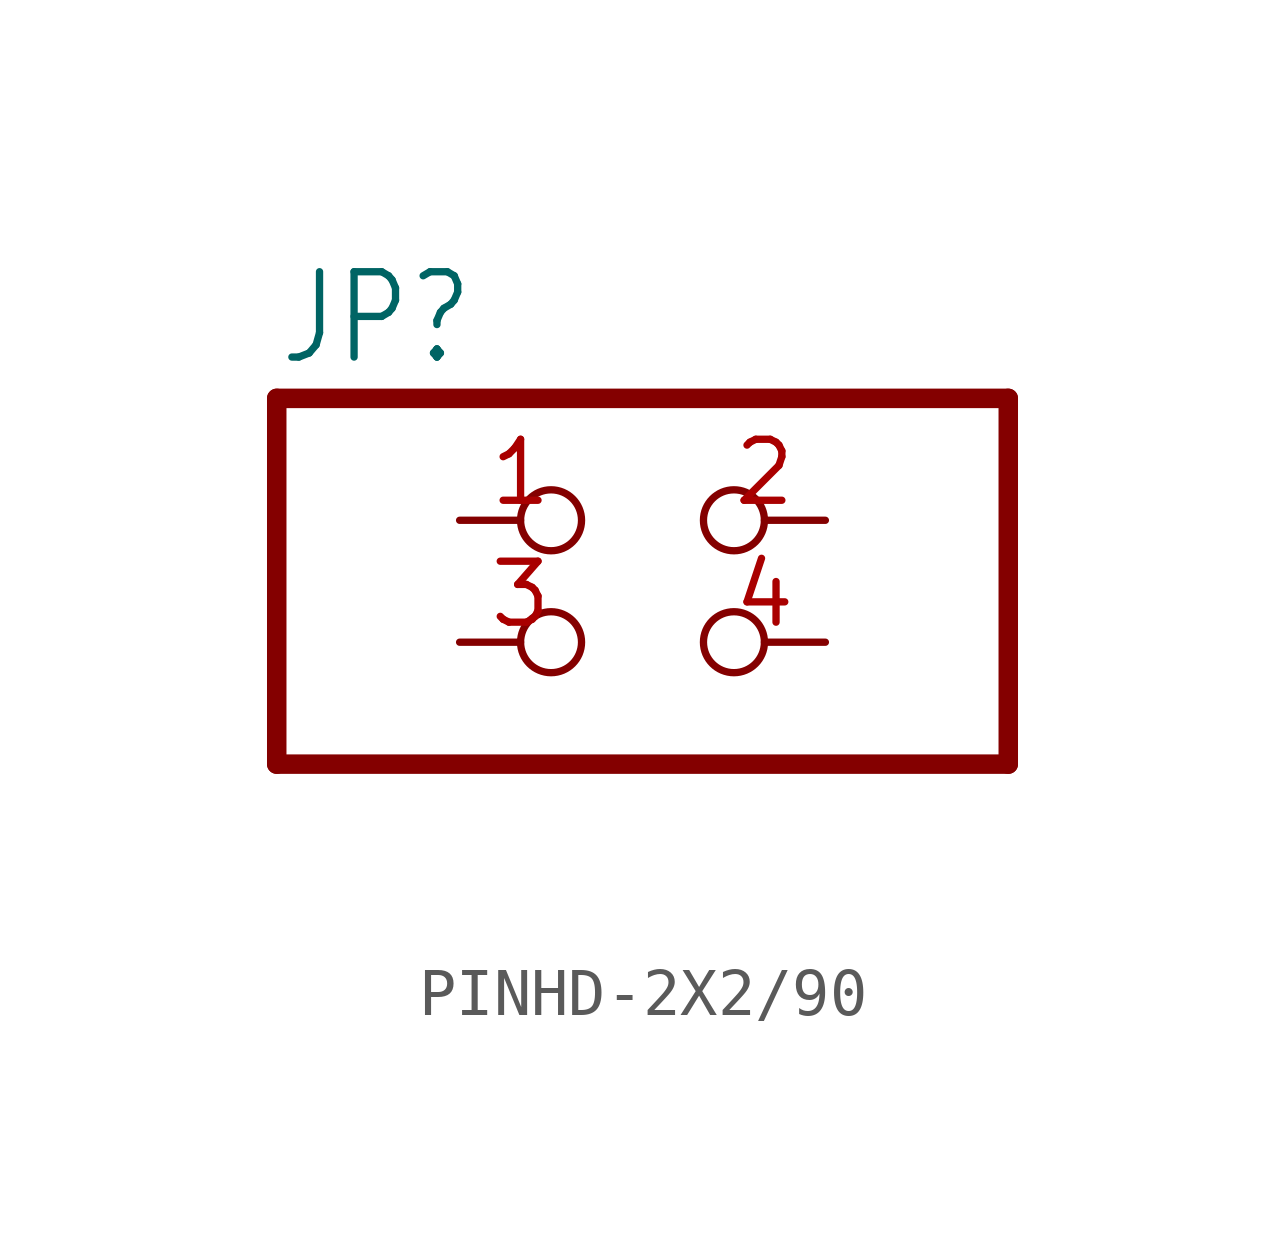
<source format=kicad_sym>
(kicad_symbol_lib
  (version 20231120)
  (generator "kicad_symbol_editor")
  (generator_version "8.0")
  (symbol "PINHD-2X2/90"
    (property "Reference" "JP"
      (at -8.89 5.715 0)
      (effects (font (size 1.778 1.511)) (justify left bottom)))
    (property "Value" ""
      (at -8.89 -5.08 0)
      (effects (font (size 1.778 1.511)) (justify left bottom)))
    (property "ki_locked" ""
      (at 0 0 0)
      (effects (font (size 1.27 1.27))))
    (symbol "PINHD-2X2/90_1_0"
      (polyline (pts (xy -8.89 -2.54) (xy 6.35 -2.54)) (stroke (width 0.406) (type solid)) (fill (type none)))
      (polyline (pts (xy -8.89 5.08) (xy -8.89 -2.54)) (stroke (width 0.406) (type solid)) (fill (type none)))
      (polyline (pts (xy 6.35 -2.54) (xy 6.35 5.08)) (stroke (width 0.406) (type solid)) (fill (type none)))
      (polyline (pts (xy 6.35 5.08) (xy -8.89 5.08)) (stroke (width 0.406) (type solid)) (fill (type none)))
      (pin passive inverted (at -5.08 2.54 0) (length 2.54) (name "1" (effects (font (size 0 0)))) (number "1" (effects (font (size 1.27 1.27)))))
      (pin passive inverted (at 2.54 2.54 180) (length 2.54) (name "2" (effects (font (size 0 0)))) (number "2" (effects (font (size 1.27 1.27)))))
      (pin passive inverted (at -5.08 0 0) (length 2.54) (name "3" (effects (font (size 0 0)))) (number "3" (effects (font (size 1.27 1.27)))))
      (pin passive inverted (at 2.54 0 180) (length 2.54) (name "4" (effects (font (size 0 0)))) (number "4" (effects (font (size 1.27 1.27))))))))
</source>
